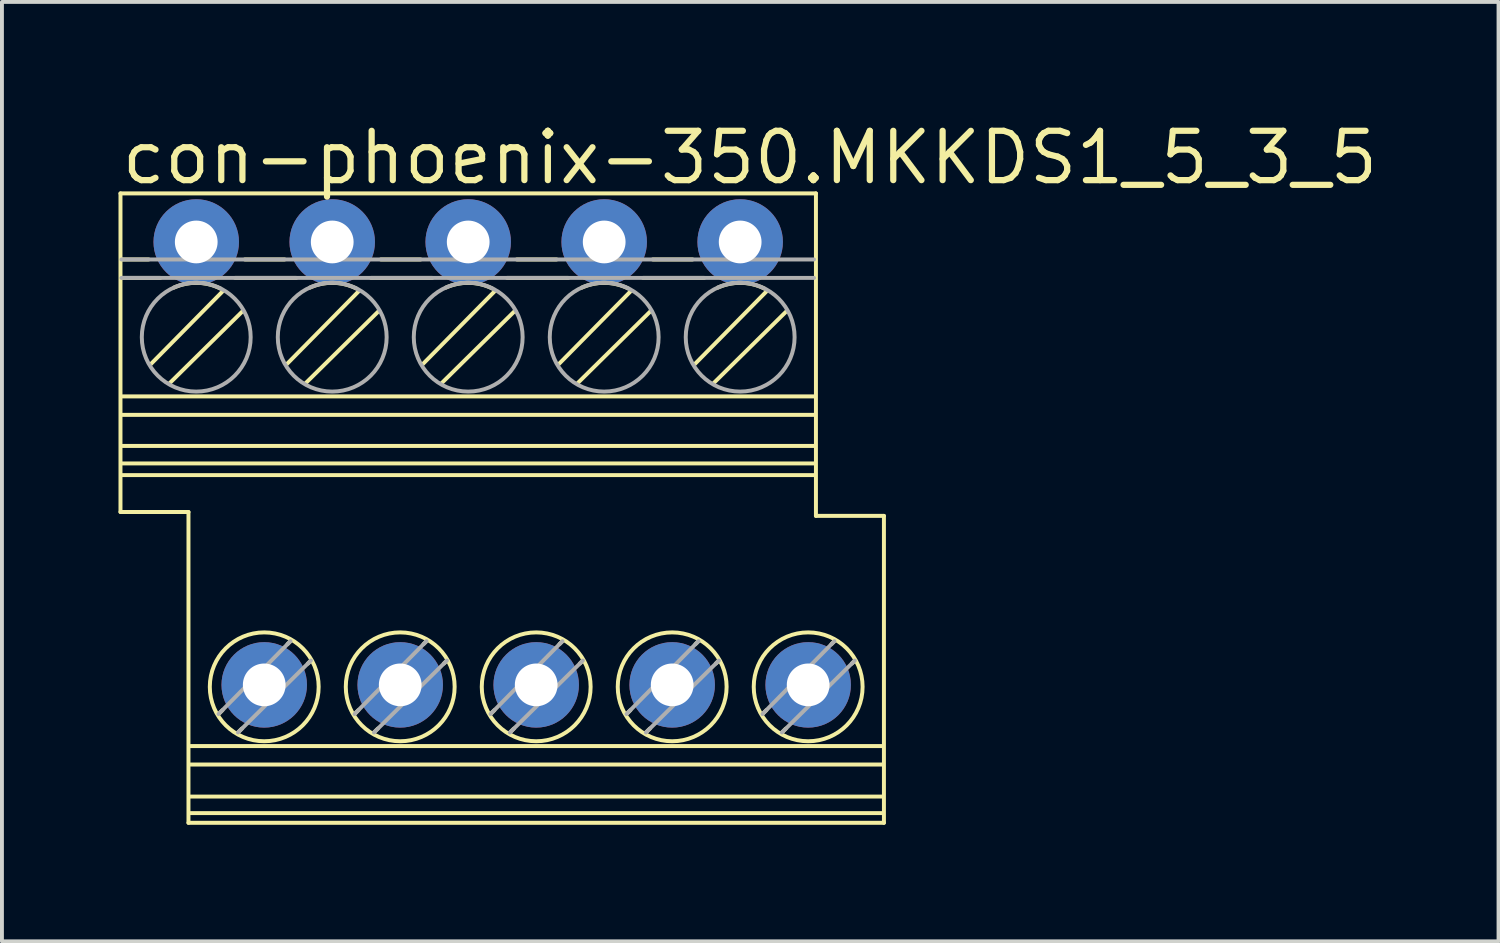
<source format=kicad_pcb>
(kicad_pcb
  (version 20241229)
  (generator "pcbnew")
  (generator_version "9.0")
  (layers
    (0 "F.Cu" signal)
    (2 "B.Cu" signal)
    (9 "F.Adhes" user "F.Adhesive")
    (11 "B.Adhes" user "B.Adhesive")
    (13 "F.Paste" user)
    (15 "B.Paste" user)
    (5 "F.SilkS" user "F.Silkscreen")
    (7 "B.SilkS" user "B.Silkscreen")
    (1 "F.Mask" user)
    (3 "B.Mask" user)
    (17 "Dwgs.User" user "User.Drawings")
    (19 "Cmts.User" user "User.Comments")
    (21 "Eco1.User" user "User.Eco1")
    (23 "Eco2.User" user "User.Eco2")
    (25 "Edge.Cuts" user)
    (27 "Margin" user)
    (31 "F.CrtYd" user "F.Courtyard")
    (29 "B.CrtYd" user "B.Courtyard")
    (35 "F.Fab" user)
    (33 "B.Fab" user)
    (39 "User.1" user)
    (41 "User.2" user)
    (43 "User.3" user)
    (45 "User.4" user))
  (footprint "con-phoenix-350.MKKDS1_5_3_5"
    (layer "F.Cu")
    (at 9.001 10.028)
    (property "Reference" "con-phoenix-350.MKKDS1_5_3_5" (at -9.001 -8.278 0) (layer "F.SilkS") (effects (font (size 1.27 1.27) (thickness 0.16)) (justify left bottom)))
    (attr through_hole)
    (fp_line (start -8.95 -8.1) (end 8.95 -8.1) (stroke (width 0.102) (type default)) (layer "F.SilkS"))
    (fp_line (start -8.95 0.1) (end -8.95 -8.1) (stroke (width 0.102) (type default)) (layer "F.SilkS"))
    (fp_line (start -8.925 -6.4) (end -8.225 -6.4) (stroke (width 0.102) (type default)) (layer "F.SilkS"))
    (fp_line (start -8.925 -5.925) (end -7.925 -5.925) (stroke (width 0.102) (type default)) (layer "F.SilkS"))
    (fp_line (start -8.9 -2.875) (end 8.925 -2.875) (stroke (width 0.102) (type default)) (layer "F.SilkS"))
    (fp_line (start -8.9 -2.4) (end 8.925 -2.4) (stroke (width 0.102) (type default)) (layer "F.SilkS"))
    (fp_line (start -8.9 -1.6) (end 8.925 -1.6) (stroke (width 0.102) (type default)) (layer "F.SilkS"))
    (fp_line (start -8.9 -0.85) (end 8.925 -0.85) (stroke (width 0.102) (type default)) (layer "F.SilkS"))
    (fp_line (start -8.175 -3.7) (end -6.325 -5.575) (stroke (width 0.102) (type default)) (layer "F.SilkS"))
    (fp_line (start -7.675 -3.225) (end -5.8 -5.075) (stroke (width 0.102) (type default)) (layer "F.SilkS"))
    (fp_line (start -7.2 0.1) (end -8.95 0.1) (stroke (width 0.102) (type default)) (layer "F.SilkS"))
    (fp_line (start -7.2 8.1) (end -7.2 0.1) (stroke (width 0.102) (type default)) (layer "F.SilkS"))
    (fp_line (start -7.15 6.125) (end 10.675 6.125) (stroke (width 0.102) (type default)) (layer "F.SilkS"))
    (fp_line (start -7.15 6.6) (end 10.675 6.6) (stroke (width 0.102) (type default)) (layer "F.SilkS"))
    (fp_line (start -7.15 7.425) (end 10.675 7.425) (stroke (width 0.102) (type default)) (layer "F.SilkS"))
    (fp_line (start -7.15 7.85) (end 10.675 7.85) (stroke (width 0.102) (type default)) (layer "F.SilkS"))
    (fp_line (start -6.425 5.3) (end -6.325 5.2) (stroke (width 0.102) (type default)) (layer "F.SilkS"))
    (fp_line (start -6 -5.925) (end -4.425 -5.925) (stroke (width 0.102) (type default)) (layer "F.SilkS"))
    (fp_line (start -5.925 5.775) (end -5.825 5.675) (stroke (width 0.102) (type default)) (layer "F.SilkS"))
    (fp_line (start -5.75 -6.4) (end -4.725 -6.4) (stroke (width 0.102) (type default)) (layer "F.SilkS"))
    (fp_line (start -4.675 -3.7) (end -2.825 -5.575) (stroke (width 0.102) (type default)) (layer "F.SilkS"))
    (fp_line (start -4.65 3.5) (end -4.575 3.425) (stroke (width 0.102) (type default)) (layer "F.SilkS"))
    (fp_line (start -4.175 -3.225) (end -2.3 -5.075) (stroke (width 0.102) (type default)) (layer "F.SilkS"))
    (fp_line (start -4.125 4) (end -4.05 3.925) (stroke (width 0.102) (type default)) (layer "F.SilkS"))
    (fp_line (start -2.925 5.3) (end -2.825 5.2) (stroke (width 0.102) (type default)) (layer "F.SilkS"))
    (fp_line (start -2.5 -5.925) (end -0.925 -5.925) (stroke (width 0.102) (type default)) (layer "F.SilkS"))
    (fp_line (start -2.425 5.775) (end -2.325 5.675) (stroke (width 0.102) (type default)) (layer "F.SilkS"))
    (fp_line (start -2.25 -6.4) (end -1.225 -6.4) (stroke (width 0.102) (type default)) (layer "F.SilkS"))
    (fp_line (start -1.175 -3.7) (end 0.675 -5.575) (stroke (width 0.102) (type default)) (layer "F.SilkS"))
    (fp_line (start -1.15 3.5) (end -1.075 3.425) (stroke (width 0.102) (type default)) (layer "F.SilkS"))
    (fp_line (start -0.675 -3.225) (end 1.2 -5.075) (stroke (width 0.102) (type default)) (layer "F.SilkS"))
    (fp_line (start -0.625 4) (end -0.55 3.925) (stroke (width 0.102) (type default)) (layer "F.SilkS"))
    (fp_line (start 0.575 5.3) (end 0.675 5.2) (stroke (width 0.102) (type default)) (layer "F.SilkS"))
    (fp_line (start 1 -5.925) (end 2.575 -5.925) (stroke (width 0.102) (type default)) (layer "F.SilkS"))
    (fp_line (start 1.075 5.775) (end 1.175 5.675) (stroke (width 0.102) (type default)) (layer "F.SilkS"))
    (fp_line (start 1.25 -6.4) (end 2.275 -6.4) (stroke (width 0.102) (type default)) (layer "F.SilkS"))
    (fp_line (start 2.325 -3.7) (end 4.175 -5.575) (stroke (width 0.102) (type default)) (layer "F.SilkS"))
    (fp_line (start 2.35 3.5) (end 2.425 3.425) (stroke (width 0.102) (type default)) (layer "F.SilkS"))
    (fp_line (start 2.825 -3.225) (end 4.7 -5.075) (stroke (width 0.102) (type default)) (layer "F.SilkS"))
    (fp_line (start 2.875 4) (end 2.95 3.925) (stroke (width 0.102) (type default)) (layer "F.SilkS"))
    (fp_line (start 4.075 5.3) (end 4.175 5.2) (stroke (width 0.102) (type default)) (layer "F.SilkS"))
    (fp_line (start 4.5 -5.925) (end 6.075 -5.925) (stroke (width 0.102) (type default)) (layer "F.SilkS"))
    (fp_line (start 4.575 5.775) (end 4.675 5.675) (stroke (width 0.102) (type default)) (layer "F.SilkS"))
    (fp_line (start 4.75 -6.4) (end 5.775 -6.4) (stroke (width 0.102) (type default)) (layer "F.SilkS"))
    (fp_line (start 5.825 -3.7) (end 7.675 -5.575) (stroke (width 0.102) (type default)) (layer "F.SilkS"))
    (fp_line (start 5.85 3.5) (end 5.925 3.425) (stroke (width 0.102) (type default)) (layer "F.SilkS"))
    (fp_line (start 6.325 -3.225) (end 8.2 -5.075) (stroke (width 0.102) (type default)) (layer "F.SilkS"))
    (fp_line (start 6.375 4) (end 6.45 3.925) (stroke (width 0.102) (type default)) (layer "F.SilkS"))
    (fp_line (start 7.575 5.3) (end 7.675 5.2) (stroke (width 0.102) (type default)) (layer "F.SilkS"))
    (fp_line (start 8.075 5.775) (end 8.175 5.675) (stroke (width 0.102) (type default)) (layer "F.SilkS"))
    (fp_line (start 8.925 -1.15) (end -8.9 -1.15) (stroke (width 0.102) (type default)) (layer "F.SilkS"))
    (fp_line (start 8.95 -8.1) (end 8.95 0.2) (stroke (width 0.102) (type default)) (layer "F.SilkS"))
    (fp_line (start 8.95 0.2) (end 10.7 0.2) (stroke (width 0.102) (type default)) (layer "F.SilkS"))
    (fp_line (start 9.35 3.5) (end 9.425 3.425) (stroke (width 0.102) (type default)) (layer "F.SilkS"))
    (fp_line (start 9.875 4) (end 9.95 3.925) (stroke (width 0.102) (type default)) (layer "F.SilkS"))
    (fp_line (start 10.7 0.2) (end 10.7 8.1) (stroke (width 0.102) (type default)) (layer "F.SilkS"))
    (fp_line (start 10.7 8.1) (end -7.2 8.1) (stroke (width 0.102) (type default)) (layer "F.SilkS"))
    (fp_arc (start -7.575 -5.675) (mid -6.972184 -5.797679) (end -6.375 -5.65) (stroke (width 0.1016) (type default)) (layer "F.SilkS"))
    (fp_arc (start -4.075 -5.675) (mid -3.472184 -5.797679) (end -2.875 -5.65) (stroke (width 0.1016) (type default)) (layer "F.SilkS"))
    (fp_arc (start -0.575 -5.675) (mid 0.027816 -5.797679) (end 0.625 -5.65) (stroke (width 0.1016) (type default)) (layer "F.SilkS"))
    (fp_arc (start 2.925 -5.675) (mid 3.527816 -5.797679) (end 4.125 -5.65) (stroke (width 0.1016) (type default)) (layer "F.SilkS"))
    (fp_arc (start 6.425 -5.675) (mid 7.027816 -5.797679) (end 7.625 -5.65) (stroke (width 0.1016) (type default)) (layer "F.SilkS"))
    (fp_circle (center -5.25 4.6) (end -3.849 4.6) (stroke (width 0.102) (type default)) (fill no) (layer "F.SilkS"))
    (fp_circle (center -1.75 4.6) (end -0.349 4.6) (stroke (width 0.102) (type default)) (fill no) (layer "F.SilkS"))
    (fp_circle (center 1.75 4.6) (end 3.151 4.6) (stroke (width 0.102) (type default)) (fill no) (layer "F.SilkS"))
    (fp_circle (center 5.25 4.6) (end 6.651 4.6) (stroke (width 0.102) (type default)) (fill no) (layer "F.SilkS"))
    (fp_circle (center 8.75 4.6) (end 10.151 4.6) (stroke (width 0.102) (type default)) (fill no) (layer "F.SilkS"))
    (fp_line (start -8.925 -6.4) (end 8.9 -6.4) (stroke (width 0.102) (type default)) (layer "F.Fab"))
    (fp_line (start -8.925 -5.925) (end 8.9 -5.925) (stroke (width 0.102) (type default)) (layer "F.Fab"))
    (fp_line (start -6.425 5.3) (end -4.575 3.425) (stroke (width 0.102) (type default)) (layer "F.Fab"))
    (fp_line (start -5.925 5.775) (end -4.05 3.925) (stroke (width 0.102) (type default)) (layer "F.Fab"))
    (fp_line (start -2.925 5.3) (end -1.075 3.425) (stroke (width 0.102) (type default)) (layer "F.Fab"))
    (fp_line (start -2.425 5.775) (end -0.55 3.925) (stroke (width 0.102) (type default)) (layer "F.Fab"))
    (fp_line (start 0.575 5.3) (end 2.425 3.425) (stroke (width 0.102) (type default)) (layer "F.Fab"))
    (fp_line (start 1.075 5.775) (end 2.95 3.925) (stroke (width 0.102) (type default)) (layer "F.Fab"))
    (fp_line (start 4.075 5.3) (end 5.925 3.425) (stroke (width 0.102) (type default)) (layer "F.Fab"))
    (fp_line (start 4.575 5.775) (end 6.45 3.925) (stroke (width 0.102) (type default)) (layer "F.Fab"))
    (fp_line (start 7.575 5.3) (end 9.425 3.425) (stroke (width 0.102) (type default)) (layer "F.Fab"))
    (fp_line (start 8.075 5.775) (end 9.95 3.925) (stroke (width 0.102) (type default)) (layer "F.Fab"))
    (fp_circle (center -7 -4.4) (end -5.599 -4.4) (stroke (width 0.102) (type default)) (fill no) (layer "F.Fab"))
    (fp_circle (center -3.5 -4.4) (end -2.099 -4.4) (stroke (width 0.102) (type default)) (fill no) (layer "F.Fab"))
    (fp_circle (center 0 -4.4) (end 1.401 -4.4) (stroke (width 0.102) (type default)) (fill no) (layer "F.Fab"))
    (fp_circle (center 3.5 -4.4) (end 4.901 -4.4) (stroke (width 0.102) (type default)) (fill no) (layer "F.Fab"))
    (fp_circle (center 7 -4.4) (end 8.401 -4.4) (stroke (width 0.102) (type default)) (fill no) (layer "F.Fab"))
    (pad "1" thru_hole circle (at -7 -6.85) (size 2.2 2.2) (drill 1.1) (layers "*.Cu" "*.Mask"))
    (pad "2" thru_hole circle (at -5.25 4.55) (size 2.2 2.2) (drill 1.1) (layers "*.Cu" "*.Mask"))
    (pad "3" thru_hole circle (at -3.5 -6.85) (size 2.2 2.2) (drill 1.1) (layers "*.Cu" "*.Mask"))
    (pad "4" thru_hole circle (at -1.75 4.55) (size 2.2 2.2) (drill 1.1) (layers "*.Cu" "*.Mask"))
    (pad "5" thru_hole circle (at 0 -6.85) (size 2.2 2.2) (drill 1.1) (layers "*.Cu" "*.Mask"))
    (pad "6" thru_hole circle (at 1.75 4.55) (size 2.2 2.2) (drill 1.1) (layers "*.Cu" "*.Mask"))
    (pad "7" thru_hole circle (at 3.5 -6.85) (size 2.2 2.2) (drill 1.1) (layers "*.Cu" "*.Mask"))
    (pad "8" thru_hole circle (at 5.25 4.55) (size 2.2 2.2) (drill 1.1) (layers "*.Cu" "*.Mask"))
    (pad "9" thru_hole circle (at 7 -6.85) (size 2.2 2.2) (drill 1.1) (layers "*.Cu" "*.Mask"))
    (pad "10" thru_hole circle (at 8.75 4.55) (size 2.2 2.2) (drill 1.1) (layers "*.Cu" "*.Mask")))
  (gr_rect
    (start -3 -3)
    (end 35.52 21.179)
    (stroke (width 0.1) (type default))
    (fill no)
    (layer "Edge.Cuts")))
</source>
